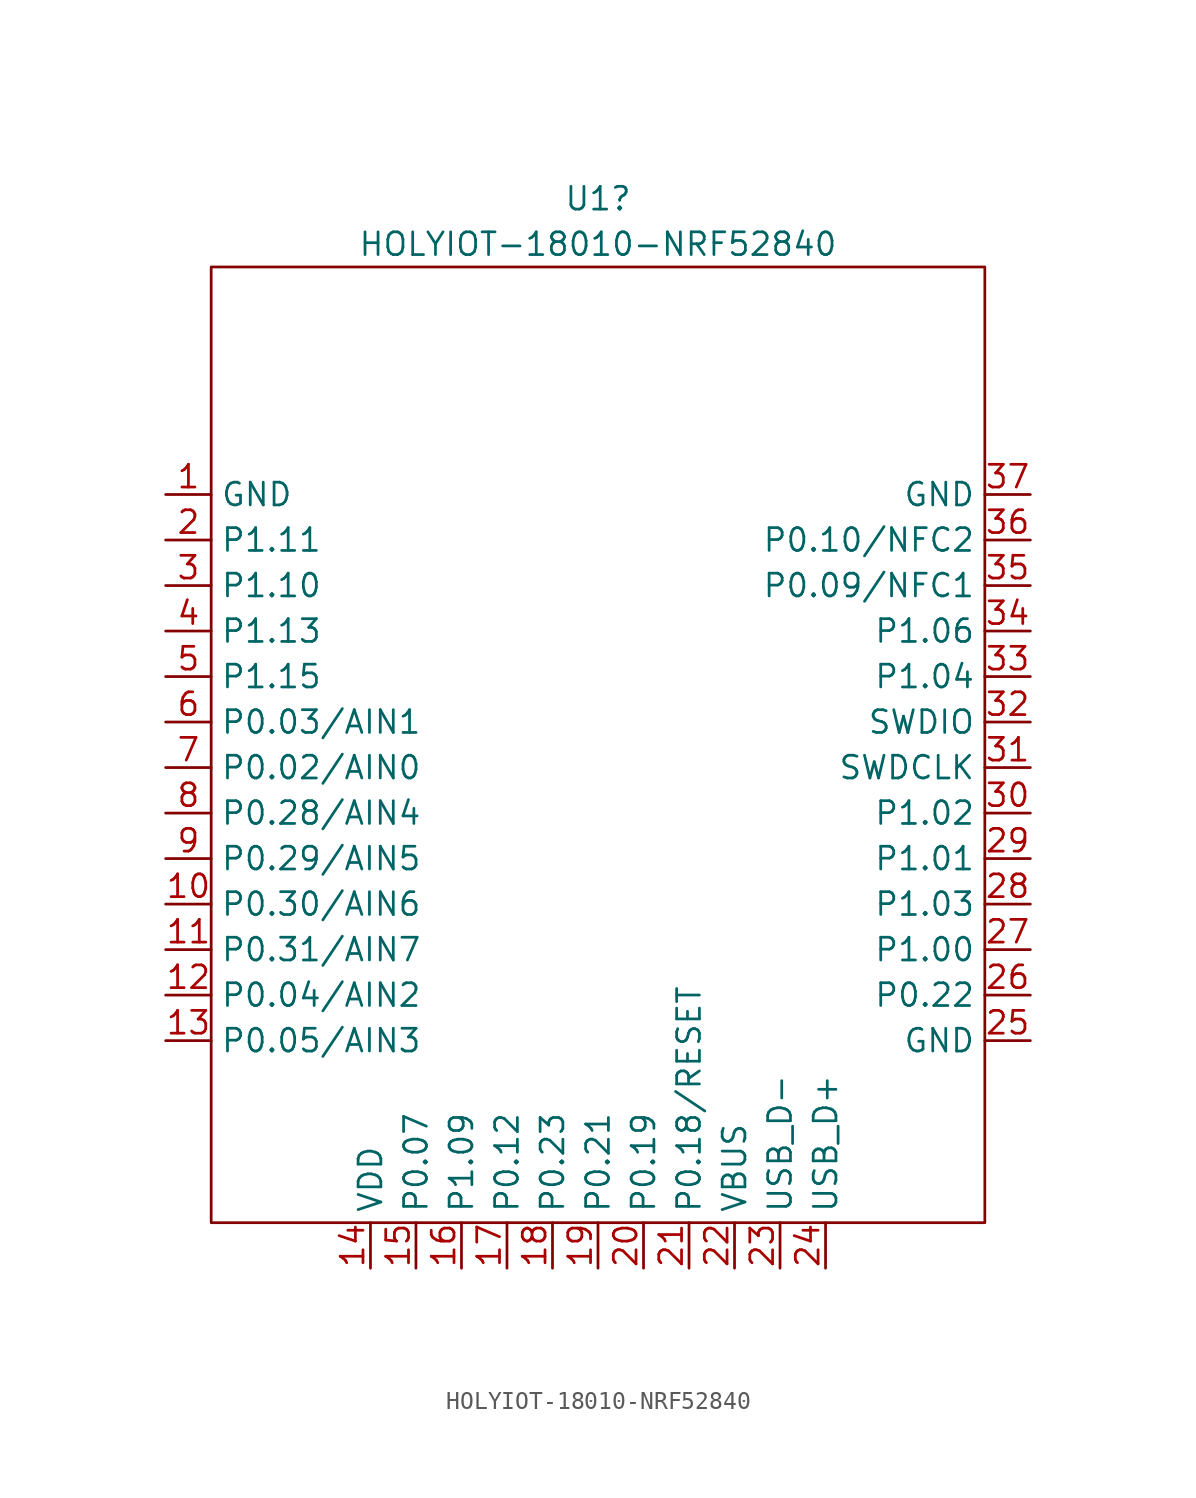
<source format=kicad_sym>
(kicad_symbol_lib
  (version 20241209)
  (generator "kicad_symbol_editor")
  (generator_version "9.0")
  (symbol "HOLYIOT-18010-NRF52840"
    (property "Reference" "U1"
      (at 0 31.75 0)
      (effects (font (size 1.27 1.27))))
    (property "Value" "HOLYIOT-18010-NRF52840"
      (at 0 29.21 0)
      (effects (font (size 1.27 1.27))))
    (symbol "HOLYIOT-18010-NRF52840_0_1"
      (rectangle (start -21.59 27.94) (end 21.59 -25.4) (stroke (width 0) (type default)) (fill (type none))))
    (symbol "HOLYIOT-18010-NRF52840_1_1"
      (pin power_in line (at -24.13 15.24 0) (length 2.54) (name "GND" (effects (font (size 1.27 1.27)))) (number "1" (effects (font (size 1.27 1.27)))))
      (pin input line (at -24.13 12.7 0) (length 2.54) (name "P1.11" (effects (font (size 1.27 1.27)))) (number "2" (effects (font (size 1.27 1.27)))))
      (pin input line (at -24.13 10.16 0) (length 2.54) (name "P1.10" (effects (font (size 1.27 1.27)))) (number "3" (effects (font (size 1.27 1.27)))))
      (pin input line (at -24.13 7.62 0) (length 2.54) (name "P1.13" (effects (font (size 1.27 1.27)))) (number "4" (effects (font (size 1.27 1.27)))))
      (pin input line (at -24.13 5.08 0) (length 2.54) (name "P1.15" (effects (font (size 1.27 1.27)))) (number "5" (effects (font (size 1.27 1.27)))))
      (pin input line (at -24.13 2.54 0) (length 2.54) (name "P0.03/AIN1" (effects (font (size 1.27 1.27)))) (number "6" (effects (font (size 1.27 1.27)))))
      (pin input line (at -24.13 0 0) (length 2.54) (name "P0.02/AIN0" (effects (font (size 1.27 1.27)))) (number "7" (effects (font (size 1.27 1.27)))))
      (pin input line (at -24.13 -2.54 0) (length 2.54) (name "P0.28/AIN4" (effects (font (size 1.27 1.27)))) (number "8" (effects (font (size 1.27 1.27)))))
      (pin input line (at -24.13 -5.08 0) (length 2.54) (name "P0.29/AIN5" (effects (font (size 1.27 1.27)))) (number "9" (effects (font (size 1.27 1.27)))))
      (pin input line (at -24.13 -7.62 0) (length 2.54) (name "P0.30/AIN6" (effects (font (size 1.27 1.27)))) (number "10" (effects (font (size 1.27 1.27)))))
      (pin input line (at -24.13 -10.16 0) (length 2.54) (name "P0.31/AIN7" (effects (font (size 1.27 1.27)))) (number "11" (effects (font (size 1.27 1.27)))))
      (pin input line (at -24.13 -12.7 0) (length 2.54) (name "P0.04/AIN2" (effects (font (size 1.27 1.27)))) (number "12" (effects (font (size 1.27 1.27)))))
      (pin input line (at -24.13 -15.24 0) (length 2.54) (name "P0.05/AIN3" (effects (font (size 1.27 1.27)))) (number "13" (effects (font (size 1.27 1.27)))))
      (pin power_in line (at -12.7 -27.94 90) (length 2.54) (name "VDD" (effects (font (size 1.27 1.27)))) (number "14" (effects (font (size 1.27 1.27)))))
      (pin input line (at -10.16 -27.94 90) (length 2.54) (name "P0.07" (effects (font (size 1.27 1.27)))) (number "15" (effects (font (size 1.27 1.27)))))
      (pin input line (at -7.62 -27.94 90) (length 2.54) (name "P1.09" (effects (font (size 1.27 1.27)))) (number "16" (effects (font (size 1.27 1.27)))))
      (pin input line (at -5.08 -27.94 90) (length 2.54) (name "P0.12" (effects (font (size 1.27 1.27)))) (number "17" (effects (font (size 1.27 1.27)))))
      (pin input line (at -2.54 -27.94 90) (length 2.54) (name "P0.23" (effects (font (size 1.27 1.27)))) (number "18" (effects (font (size 1.27 1.27)))))
      (pin input line (at 0 -27.94 90) (length 2.54) (name "P0.21" (effects (font (size 1.27 1.27)))) (number "19" (effects (font (size 1.27 1.27)))))
      (pin input line (at 2.54 -27.94 90) (length 2.54) (name "P0.19" (effects (font (size 1.27 1.27)))) (number "20" (effects (font (size 1.27 1.27)))))
      (pin input line (at 5.08 -27.94 90) (length 2.54) (name "P0.18/RESET" (effects (font (size 1.27 1.27)))) (number "21" (effects (font (size 1.27 1.27)))))
      (pin power_in line (at 7.62 -27.94 90) (length 2.54) (name "VBUS" (effects (font (size 1.27 1.27)))) (number "22" (effects (font (size 1.27 1.27)))))
      (pin input line (at 10.16 -27.94 90) (length 2.54) (name "USB_D-" (effects (font (size 1.27 1.27)))) (number "23" (effects (font (size 1.27 1.27)))))
      (pin input line (at 12.7 -27.94 90) (length 2.54) (name "USB_D+" (effects (font (size 1.27 1.27)))) (number "24" (effects (font (size 1.27 1.27)))))
      (pin power_in line (at 24.13 15.24 180) (length 2.54) (name "GND" (effects (font (size 1.27 1.27)))) (number "37" (effects (font (size 1.27 1.27)))))
      (pin input line (at 24.13 12.7 180) (length 2.54) (name "P0.10/NFC2" (effects (font (size 1.27 1.27)))) (number "36" (effects (font (size 1.27 1.27)))))
      (pin input line (at 24.13 10.16 180) (length 2.54) (name "P0.09/NFC1" (effects (font (size 1.27 1.27)))) (number "35" (effects (font (size 1.27 1.27)))))
      (pin input line (at 24.13 7.62 180) (length 2.54) (name "P1.06" (effects (font (size 1.27 1.27)))) (number "34" (effects (font (size 1.27 1.27)))))
      (pin input line (at 24.13 5.08 180) (length 2.54) (name "P1.04" (effects (font (size 1.27 1.27)))) (number "33" (effects (font (size 1.27 1.27)))))
      (pin input line (at 24.13 2.54 180) (length 2.54) (name "SWDIO" (effects (font (size 1.27 1.27)))) (number "32" (effects (font (size 1.27 1.27)))))
      (pin input line (at 24.13 0 180) (length 2.54) (name "SWDCLK" (effects (font (size 1.27 1.27)))) (number "31" (effects (font (size 1.27 1.27)))))
      (pin input line (at 24.13 -2.54 180) (length 2.54) (name "P1.02" (effects (font (size 1.27 1.27)))) (number "30" (effects (font (size 1.27 1.27)))))
      (pin input line (at 24.13 -5.08 180) (length 2.54) (name "P1.01" (effects (font (size 1.27 1.27)))) (number "29" (effects (font (size 1.27 1.27)))))
      (pin input line (at 24.13 -7.62 180) (length 2.54) (name "P1.03" (effects (font (size 1.27 1.27)))) (number "28" (effects (font (size 1.27 1.27)))))
      (pin input line (at 24.13 -10.16 180) (length 2.54) (name "P1.00" (effects (font (size 1.27 1.27)))) (number "27" (effects (font (size 1.27 1.27)))))
      (pin input line (at 24.13 -12.7 180) (length 2.54) (name "P0.22" (effects (font (size 1.27 1.27)))) (number "26" (effects (font (size 1.27 1.27)))))
      (pin power_in line (at 24.13 -15.24 180) (length 2.54) (name "GND" (effects (font (size 1.27 1.27)))) (number "25" (effects (font (size 1.27 1.27))))))))
</source>
